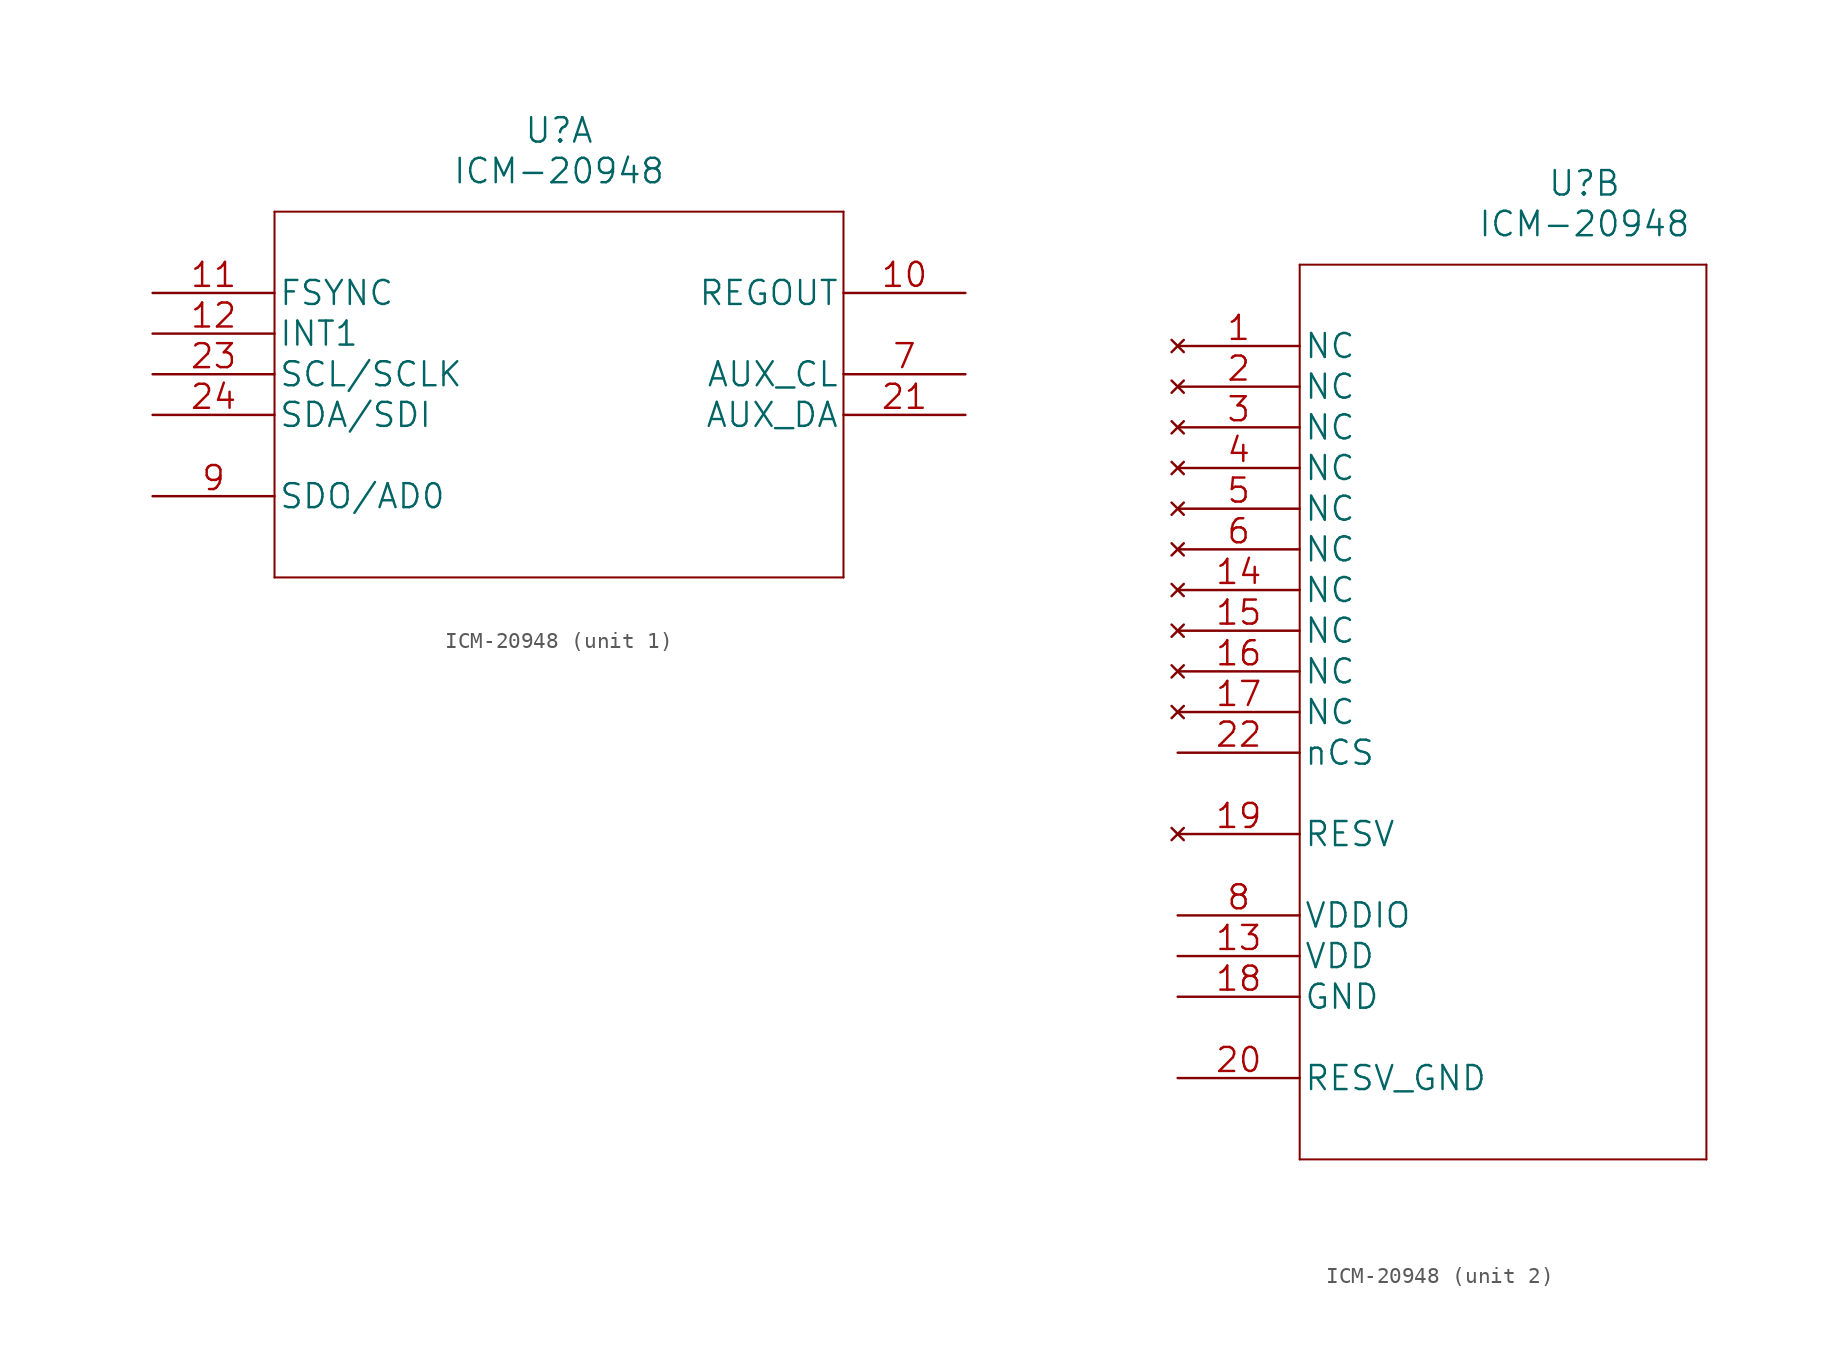
<source format=kicad_sym>
(kicad_symbol_lib
  (version 20211014)
  (generator kicad_symbol_editor)
  (symbol "ICM-20948"
    (pin_names
      (offset 0.254))
    (property "Reference" "U"
      (at 25.4 10.16 0)
      (effects (font (size 1.524 1.524))))
    (property "Value" "ICM-20948"
      (at 25.4 7.62 0)
      (effects (font (size 1.524 1.524))))
    (property "Datasheet" ""
      (at 0 0 0)
      (effects (font (size 1.524 1.524))))
    (property "ki_locked" ""
      (at 0 0 0)
      (effects (font (size 1.27 1.27))))
    (symbol "ICM-20948_1_1"
      (polyline (pts (xy 7.62 -17.78) (xy 43.18 -17.78)) (stroke (width 0.127) (type default) (color 0 0 0 0)) (fill (type none)))
      (polyline (pts (xy 7.62 5.08) (xy 7.62 -17.78)) (stroke (width 0.127) (type default) (color 0 0 0 0)) (fill (type none)))
      (polyline (pts (xy 43.18 -17.78) (xy 43.18 5.08)) (stroke (width 0.127) (type default) (color 0 0 0 0)) (fill (type none)))
      (polyline (pts (xy 43.18 5.08) (xy 7.62 5.08)) (stroke (width 0.127) (type default) (color 0 0 0 0)) (fill (type none)))
      (pin output line (at 50.8 0 180) (length 7.62) (name "REGOUT" (effects (font (size 1.499 1.499)))) (number "10" (effects (font (size 1.499 1.499)))))
      (pin input line (at 0 0 0) (length 7.62) (name "FSYNC" (effects (font (size 1.499 1.499)))) (number "11" (effects (font (size 1.499 1.499)))))
      (pin output line (at 0 -2.54 0) (length 7.62) (name "INT1" (effects (font (size 1.499 1.499)))) (number "12" (effects (font (size 1.499 1.499)))))
      (pin unspecified line (at 50.8 -7.62 180) (length 7.62) (name "AUX_DA" (effects (font (size 1.499 1.499)))) (number "21" (effects (font (size 1.499 1.499)))))
      (pin input line (at 0 -5.08 0) (length 7.62) (name "SCL/SCLK" (effects (font (size 1.499 1.499)))) (number "23" (effects (font (size 1.499 1.499)))))
      (pin input line (at 0 -7.62 0) (length 7.62) (name "SDA/SDI" (effects (font (size 1.499 1.499)))) (number "24" (effects (font (size 1.499 1.499)))))
      (pin unspecified line (at 50.8 -5.08 180) (length 7.62) (name "AUX_CL" (effects (font (size 1.499 1.499)))) (number "7" (effects (font (size 1.499 1.499)))))
      (pin bidirectional line (at 0 -12.7 0) (length 7.62) (name "SDO/AD0" (effects (font (size 1.499 1.499)))) (number "9" (effects (font (size 1.499 1.499))))))
    (symbol "ICM-20948_2_1"
      (polyline (pts (xy 7.62 -50.8) (xy 33.02 -50.8)) (stroke (width 0.127) (type default) (color 0 0 0 0)) (fill (type none)))
      (polyline (pts (xy 7.62 5.08) (xy 7.62 -50.8)) (stroke (width 0.127) (type default) (color 0 0 0 0)) (fill (type none)))
      (polyline (pts (xy 33.02 -50.8) (xy 33.02 5.08)) (stroke (width 0.127) (type default) (color 0 0 0 0)) (fill (type none)))
      (polyline (pts (xy 33.02 5.08) (xy 7.62 5.08)) (stroke (width 0.127) (type default) (color 0 0 0 0)) (fill (type none)))
      (pin no_connect line (at 0 0 0) (length 7.62) (name "NC" (effects (font (size 1.499 1.499)))) (number "1" (effects (font (size 1.499 1.499)))))
      (pin power_in line (at 0 -38.1 0) (length 7.62) (name "VDD" (effects (font (size 1.499 1.499)))) (number "13" (effects (font (size 1.499 1.499)))))
      (pin no_connect line (at 0 -15.24 0) (length 7.62) (name "NC" (effects (font (size 1.499 1.499)))) (number "14" (effects (font (size 1.499 1.499)))))
      (pin no_connect line (at 0 -17.78 0) (length 7.62) (name "NC" (effects (font (size 1.499 1.499)))) (number "15" (effects (font (size 1.499 1.499)))))
      (pin no_connect line (at 0 -20.32 0) (length 7.62) (name "NC" (effects (font (size 1.499 1.499)))) (number "16" (effects (font (size 1.499 1.499)))))
      (pin no_connect line (at 0 -22.86 0) (length 7.62) (name "NC" (effects (font (size 1.499 1.499)))) (number "17" (effects (font (size 1.499 1.499)))))
      (pin power_in line (at 0 -40.64 0) (length 7.62) (name "GND" (effects (font (size 1.499 1.499)))) (number "18" (effects (font (size 1.499 1.499)))))
      (pin no_connect line (at 0 -30.48 0) (length 7.62) (name "RESV" (effects (font (size 1.499 1.499)))) (number "19" (effects (font (size 1.499 1.499)))))
      (pin no_connect line (at 0 -2.54 0) (length 7.62) (name "NC" (effects (font (size 1.499 1.499)))) (number "2" (effects (font (size 1.499 1.499)))))
      (pin power_in line (at 0 -45.72 0) (length 7.62) (name "RESV_GND" (effects (font (size 1.499 1.499)))) (number "20" (effects (font (size 1.499 1.499)))))
      (pin input line (at 0 -25.4 0) (length 7.62) (name "nCS" (effects (font (size 1.499 1.499)))) (number "22" (effects (font (size 1.499 1.499)))))
      (pin no_connect line (at 0 -5.08 0) (length 7.62) (name "NC" (effects (font (size 1.499 1.499)))) (number "3" (effects (font (size 1.499 1.499)))))
      (pin no_connect line (at 0 -7.62 0) (length 7.62) (name "NC" (effects (font (size 1.499 1.499)))) (number "4" (effects (font (size 1.499 1.499)))))
      (pin no_connect line (at 0 -10.16 0) (length 7.62) (name "NC" (effects (font (size 1.499 1.499)))) (number "5" (effects (font (size 1.499 1.499)))))
      (pin no_connect line (at 0 -12.7 0) (length 7.62) (name "NC" (effects (font (size 1.499 1.499)))) (number "6" (effects (font (size 1.499 1.499)))))
      (pin power_in line (at 0 -35.56 0) (length 7.62) (name "VDDIO" (effects (font (size 1.499 1.499)))) (number "8" (effects (font (size 1.499 1.499))))))))
</source>
